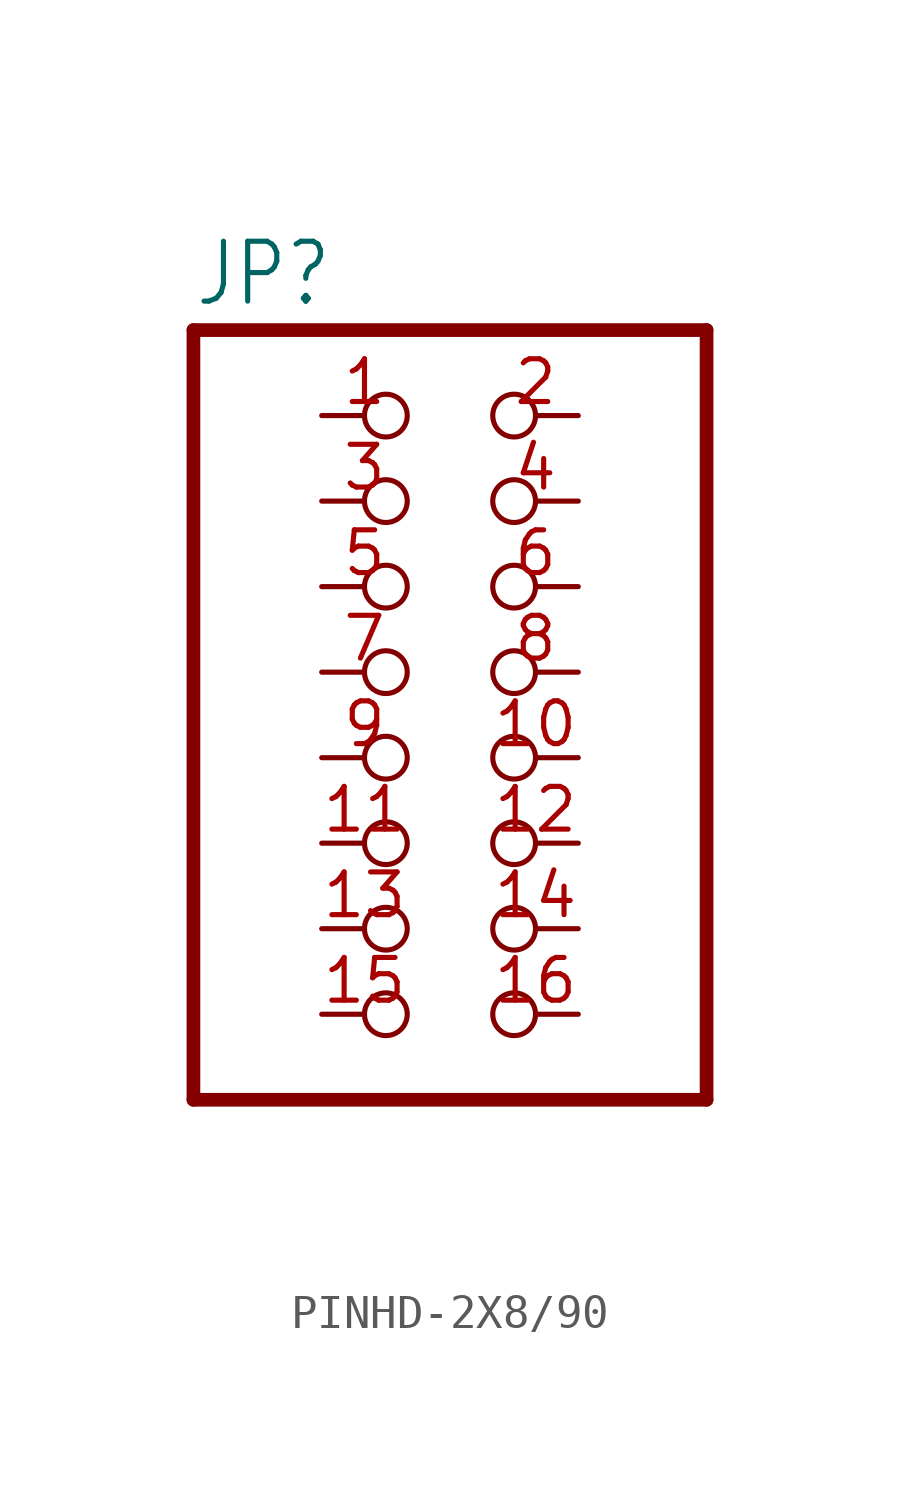
<source format=kicad_sym>
(kicad_symbol_lib
  (version 20231120)
  (generator "kicad_symbol_editor")
  (generator_version "8.0")
  (symbol "PINHD-2X8/90"
    (property "Reference" "JP"
      (at -6.35 10.795 0)
      (effects (font (size 1.778 1.511)) (justify left bottom)))
    (property "Value" ""
      (at -6.35 -15.24 0)
      (effects (font (size 1.778 1.511)) (justify left bottom)))
    (property "ki_locked" ""
      (at 0 0 0)
      (effects (font (size 1.27 1.27))))
    (symbol "PINHD-2X8/90_1_0"
      (polyline (pts (xy -6.35 -12.7) (xy 8.89 -12.7)) (stroke (width 0.406) (type solid)) (fill (type none)))
      (polyline (pts (xy -6.35 10.16) (xy -6.35 -12.7)) (stroke (width 0.406) (type solid)) (fill (type none)))
      (polyline (pts (xy 8.89 -12.7) (xy 8.89 10.16)) (stroke (width 0.406) (type solid)) (fill (type none)))
      (polyline (pts (xy 8.89 10.16) (xy -6.35 10.16)) (stroke (width 0.406) (type solid)) (fill (type none)))
      (pin passive inverted (at -2.54 7.62 0) (length 2.54) (name "1" (effects (font (size 0 0)))) (number "1" (effects (font (size 1.27 1.27)))))
      (pin passive inverted (at 5.08 -2.54 180) (length 2.54) (name "10" (effects (font (size 0 0)))) (number "10" (effects (font (size 1.27 1.27)))))
      (pin passive inverted (at -2.54 -5.08 0) (length 2.54) (name "11" (effects (font (size 0 0)))) (number "11" (effects (font (size 1.27 1.27)))))
      (pin passive inverted (at 5.08 -5.08 180) (length 2.54) (name "12" (effects (font (size 0 0)))) (number "12" (effects (font (size 1.27 1.27)))))
      (pin passive inverted (at -2.54 -7.62 0) (length 2.54) (name "13" (effects (font (size 0 0)))) (number "13" (effects (font (size 1.27 1.27)))))
      (pin passive inverted (at 5.08 -7.62 180) (length 2.54) (name "14" (effects (font (size 0 0)))) (number "14" (effects (font (size 1.27 1.27)))))
      (pin passive inverted (at -2.54 -10.16 0) (length 2.54) (name "15" (effects (font (size 0 0)))) (number "15" (effects (font (size 1.27 1.27)))))
      (pin passive inverted (at 5.08 -10.16 180) (length 2.54) (name "16" (effects (font (size 0 0)))) (number "16" (effects (font (size 1.27 1.27)))))
      (pin passive inverted (at 5.08 7.62 180) (length 2.54) (name "2" (effects (font (size 0 0)))) (number "2" (effects (font (size 1.27 1.27)))))
      (pin passive inverted (at -2.54 5.08 0) (length 2.54) (name "3" (effects (font (size 0 0)))) (number "3" (effects (font (size 1.27 1.27)))))
      (pin passive inverted (at 5.08 5.08 180) (length 2.54) (name "4" (effects (font (size 0 0)))) (number "4" (effects (font (size 1.27 1.27)))))
      (pin passive inverted (at -2.54 2.54 0) (length 2.54) (name "5" (effects (font (size 0 0)))) (number "5" (effects (font (size 1.27 1.27)))))
      (pin passive inverted (at 5.08 2.54 180) (length 2.54) (name "6" (effects (font (size 0 0)))) (number "6" (effects (font (size 1.27 1.27)))))
      (pin passive inverted (at -2.54 0 0) (length 2.54) (name "7" (effects (font (size 0 0)))) (number "7" (effects (font (size 1.27 1.27)))))
      (pin passive inverted (at 5.08 0 180) (length 2.54) (name "8" (effects (font (size 0 0)))) (number "8" (effects (font (size 1.27 1.27)))))
      (pin passive inverted (at -2.54 -2.54 0) (length 2.54) (name "9" (effects (font (size 0 0)))) (number "9" (effects (font (size 1.27 1.27))))))))
</source>
